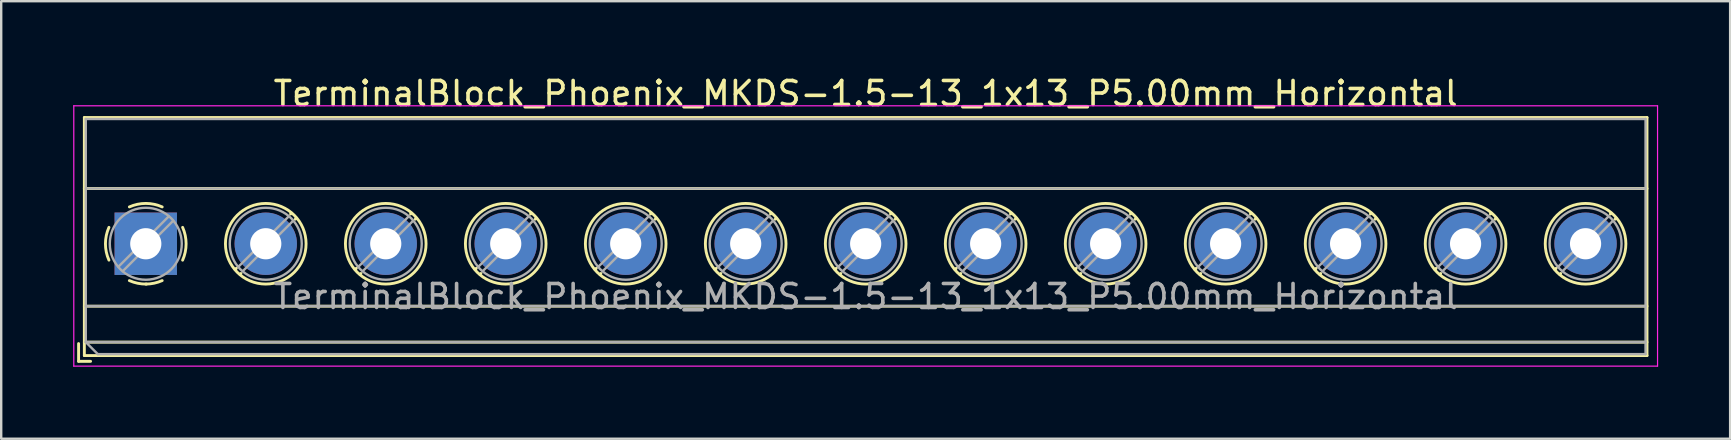
<source format=kicad_pcb>
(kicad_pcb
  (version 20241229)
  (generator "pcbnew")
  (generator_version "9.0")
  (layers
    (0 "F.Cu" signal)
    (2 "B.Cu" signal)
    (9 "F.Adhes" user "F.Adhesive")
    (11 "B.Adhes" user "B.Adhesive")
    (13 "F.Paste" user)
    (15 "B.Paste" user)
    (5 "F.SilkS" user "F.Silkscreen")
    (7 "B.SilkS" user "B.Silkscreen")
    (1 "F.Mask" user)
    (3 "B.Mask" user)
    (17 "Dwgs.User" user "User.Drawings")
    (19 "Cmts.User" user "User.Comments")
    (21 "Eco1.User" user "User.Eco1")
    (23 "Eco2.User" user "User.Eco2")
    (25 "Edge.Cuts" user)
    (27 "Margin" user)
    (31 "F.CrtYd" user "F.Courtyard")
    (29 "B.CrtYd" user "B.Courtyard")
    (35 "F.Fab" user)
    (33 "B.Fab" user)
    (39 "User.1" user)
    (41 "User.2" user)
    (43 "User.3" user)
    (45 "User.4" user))
  (footprint "TerminalBlock_Phoenix_MKDS-1.5-13_1x13_P5.00mm_Horizontal"
    (layer "F.Cu")
    (at 3.025 7.108)
    (property "Reference" "TerminalBlock_Phoenix_MKDS-1.5-13_1x13_P5.00mm_Horizontal" (at 30 -6.26 0) (layer "F.SilkS") (effects (font (size 1 1) (thickness 0.15))))
    (attr through_hole)
    (fp_line (start -2.8 4.16) (end -2.8 4.9) (stroke (width 0.12) (type solid)) (layer "F.SilkS"))
    (fp_line (start -2.8 4.9) (end -2.3 4.9) (stroke (width 0.12) (type solid)) (layer "F.SilkS"))
    (fp_line (start -2.56 -5.261) (end -2.56 4.66) (stroke (width 0.12) (type solid)) (layer "F.SilkS"))
    (fp_line (start -2.56 -5.261) (end 62.56 -5.261) (stroke (width 0.12) (type solid)) (layer "F.SilkS"))
    (fp_line (start -2.56 -2.301) (end 62.56 -2.301) (stroke (width 0.12) (type solid)) (layer "F.SilkS"))
    (fp_line (start -2.56 2.6) (end 62.56 2.6) (stroke (width 0.12) (type solid)) (layer "F.SilkS"))
    (fp_line (start -2.56 4.1) (end 62.56 4.1) (stroke (width 0.12) (type solid)) (layer "F.SilkS"))
    (fp_line (start -2.56 4.66) (end 62.56 4.66) (stroke (width 0.12) (type solid)) (layer "F.SilkS"))
    (fp_line (start 3.773 1.023) (end 3.726 1.069) (stroke (width 0.12) (type solid)) (layer "F.SilkS"))
    (fp_line (start 3.966 1.239) (end 3.931 1.274) (stroke (width 0.12) (type solid)) (layer "F.SilkS"))
    (fp_line (start 6.07 -1.275) (end 6.035 -1.239) (stroke (width 0.12) (type solid)) (layer "F.SilkS"))
    (fp_line (start 6.275 -1.069) (end 6.228 -1.023) (stroke (width 0.12) (type solid)) (layer "F.SilkS"))
    (fp_line (start 8.773 1.023) (end 8.726 1.069) (stroke (width 0.12) (type solid)) (layer "F.SilkS"))
    (fp_line (start 8.966 1.239) (end 8.931 1.274) (stroke (width 0.12) (type solid)) (layer "F.SilkS"))
    (fp_line (start 11.07 -1.275) (end 11.035 -1.239) (stroke (width 0.12) (type solid)) (layer "F.SilkS"))
    (fp_line (start 11.275 -1.069) (end 11.228 -1.023) (stroke (width 0.12) (type solid)) (layer "F.SilkS"))
    (fp_line (start 13.773 1.023) (end 13.726 1.069) (stroke (width 0.12) (type solid)) (layer "F.SilkS"))
    (fp_line (start 13.966 1.239) (end 13.931 1.274) (stroke (width 0.12) (type solid)) (layer "F.SilkS"))
    (fp_line (start 16.07 -1.275) (end 16.035 -1.239) (stroke (width 0.12) (type solid)) (layer "F.SilkS"))
    (fp_line (start 16.275 -1.069) (end 16.228 -1.023) (stroke (width 0.12) (type solid)) (layer "F.SilkS"))
    (fp_line (start 18.773 1.023) (end 18.726 1.069) (stroke (width 0.12) (type solid)) (layer "F.SilkS"))
    (fp_line (start 18.966 1.239) (end 18.931 1.274) (stroke (width 0.12) (type solid)) (layer "F.SilkS"))
    (fp_line (start 21.07 -1.275) (end 21.035 -1.239) (stroke (width 0.12) (type solid)) (layer "F.SilkS"))
    (fp_line (start 21.275 -1.069) (end 21.228 -1.023) (stroke (width 0.12) (type solid)) (layer "F.SilkS"))
    (fp_line (start 23.773 1.023) (end 23.726 1.069) (stroke (width 0.12) (type solid)) (layer "F.SilkS"))
    (fp_line (start 23.966 1.239) (end 23.931 1.274) (stroke (width 0.12) (type solid)) (layer "F.SilkS"))
    (fp_line (start 26.07 -1.275) (end 26.035 -1.239) (stroke (width 0.12) (type solid)) (layer "F.SilkS"))
    (fp_line (start 26.275 -1.069) (end 26.228 -1.023) (stroke (width 0.12) (type solid)) (layer "F.SilkS"))
    (fp_line (start 28.773 1.023) (end 28.726 1.069) (stroke (width 0.12) (type solid)) (layer "F.SilkS"))
    (fp_line (start 28.966 1.239) (end 28.931 1.274) (stroke (width 0.12) (type solid)) (layer "F.SilkS"))
    (fp_line (start 31.07 -1.275) (end 31.035 -1.239) (stroke (width 0.12) (type solid)) (layer "F.SilkS"))
    (fp_line (start 31.275 -1.069) (end 31.228 -1.023) (stroke (width 0.12) (type solid)) (layer "F.SilkS"))
    (fp_line (start 33.773 1.023) (end 33.726 1.069) (stroke (width 0.12) (type solid)) (layer "F.SilkS"))
    (fp_line (start 33.966 1.239) (end 33.931 1.274) (stroke (width 0.12) (type solid)) (layer "F.SilkS"))
    (fp_line (start 36.07 -1.275) (end 36.035 -1.239) (stroke (width 0.12) (type solid)) (layer "F.SilkS"))
    (fp_line (start 36.275 -1.069) (end 36.228 -1.023) (stroke (width 0.12) (type solid)) (layer "F.SilkS"))
    (fp_line (start 38.773 1.023) (end 38.726 1.069) (stroke (width 0.12) (type solid)) (layer "F.SilkS"))
    (fp_line (start 38.966 1.239) (end 38.931 1.274) (stroke (width 0.12) (type solid)) (layer "F.SilkS"))
    (fp_line (start 41.07 -1.275) (end 41.035 -1.239) (stroke (width 0.12) (type solid)) (layer "F.SilkS"))
    (fp_line (start 41.275 -1.069) (end 41.228 -1.023) (stroke (width 0.12) (type solid)) (layer "F.SilkS"))
    (fp_line (start 43.773 1.023) (end 43.726 1.069) (stroke (width 0.12) (type solid)) (layer "F.SilkS"))
    (fp_line (start 43.966 1.239) (end 43.931 1.274) (stroke (width 0.12) (type solid)) (layer "F.SilkS"))
    (fp_line (start 46.07 -1.275) (end 46.035 -1.239) (stroke (width 0.12) (type solid)) (layer "F.SilkS"))
    (fp_line (start 46.275 -1.069) (end 46.228 -1.023) (stroke (width 0.12) (type solid)) (layer "F.SilkS"))
    (fp_line (start 48.773 1.023) (end 48.726 1.069) (stroke (width 0.12) (type solid)) (layer "F.SilkS"))
    (fp_line (start 48.966 1.239) (end 48.931 1.274) (stroke (width 0.12) (type solid)) (layer "F.SilkS"))
    (fp_line (start 51.07 -1.275) (end 51.035 -1.239) (stroke (width 0.12) (type solid)) (layer "F.SilkS"))
    (fp_line (start 51.275 -1.069) (end 51.228 -1.023) (stroke (width 0.12) (type solid)) (layer "F.SilkS"))
    (fp_line (start 53.773 1.023) (end 53.726 1.069) (stroke (width 0.12) (type solid)) (layer "F.SilkS"))
    (fp_line (start 53.966 1.239) (end 53.931 1.274) (stroke (width 0.12) (type solid)) (layer "F.SilkS"))
    (fp_line (start 56.07 -1.275) (end 56.035 -1.239) (stroke (width 0.12) (type solid)) (layer "F.SilkS"))
    (fp_line (start 56.275 -1.069) (end 56.228 -1.023) (stroke (width 0.12) (type solid)) (layer "F.SilkS"))
    (fp_line (start 58.773 1.023) (end 58.726 1.069) (stroke (width 0.12) (type solid)) (layer "F.SilkS"))
    (fp_line (start 58.966 1.239) (end 58.931 1.274) (stroke (width 0.12) (type solid)) (layer "F.SilkS"))
    (fp_line (start 61.07 -1.275) (end 61.035 -1.239) (stroke (width 0.12) (type solid)) (layer "F.SilkS"))
    (fp_line (start 61.275 -1.069) (end 61.228 -1.023) (stroke (width 0.12) (type solid)) (layer "F.SilkS"))
    (fp_line (start 62.56 -5.261) (end 62.56 4.66) (stroke (width 0.12) (type solid)) (layer "F.SilkS"))
    (fp_arc (start -1.535427 0.683042) (mid -1.680501 -0.000524) (end -1.535 -0.684) (stroke (width 0.12) (type solid)) (layer "F.SilkS"))
    (fp_arc (start -0.683042 -1.535427) (mid 0.000524 -1.680501) (end 0.684 -1.535) (stroke (width 0.12) (type solid)) (layer "F.SilkS"))
    (fp_arc (start 0.028805 1.680253) (mid -0.335551 1.646659) (end -0.684 1.535) (stroke (width 0.12) (type solid)) (layer "F.SilkS"))
    (fp_arc (start 0.683318 1.534756) (mid 0.349292 1.643288) (end 0 1.68) (stroke (width 0.12) (type solid)) (layer "F.SilkS"))
    (fp_arc (start 1.535427 -0.683042) (mid 1.680501 0.000524) (end 1.535 0.684) (stroke (width 0.12) (type solid)) (layer "F.SilkS"))
    (fp_circle (center 5 0) (end 6.68 0) (stroke (width 0.12) (type solid)) (fill no) (layer "F.SilkS"))
    (fp_circle (center 10 0) (end 11.68 0) (stroke (width 0.12) (type solid)) (fill no) (layer "F.SilkS"))
    (fp_circle (center 15 0) (end 16.68 0) (stroke (width 0.12) (type solid)) (fill no) (layer "F.SilkS"))
    (fp_circle (center 20 0) (end 21.68 0) (stroke (width 0.12) (type solid)) (fill no) (layer "F.SilkS"))
    (fp_circle (center 25 0) (end 26.68 0) (stroke (width 0.12) (type solid)) (fill no) (layer "F.SilkS"))
    (fp_circle (center 30 0) (end 31.68 0) (stroke (width 0.12) (type solid)) (fill no) (layer "F.SilkS"))
    (fp_circle (center 35 0) (end 36.68 0) (stroke (width 0.12) (type solid)) (fill no) (layer "F.SilkS"))
    (fp_circle (center 40 0) (end 41.68 0) (stroke (width 0.12) (type solid)) (fill no) (layer "F.SilkS"))
    (fp_circle (center 45 0) (end 46.68 0) (stroke (width 0.12) (type solid)) (fill no) (layer "F.SilkS"))
    (fp_circle (center 50 0) (end 51.68 0) (stroke (width 0.12) (type solid)) (fill no) (layer "F.SilkS"))
    (fp_circle (center 55 0) (end 56.68 0) (stroke (width 0.12) (type solid)) (fill no) (layer "F.SilkS"))
    (fp_circle (center 60 0) (end 61.68 0) (stroke (width 0.12) (type solid)) (fill no) (layer "F.SilkS"))
    (fp_line (start -3 -5.75) (end -3 5.1) (stroke (width 0.05) (type solid)) (layer "F.CrtYd"))
    (fp_line (start -3 5.1) (end 63 5.1) (stroke (width 0.05) (type solid)) (layer "F.CrtYd"))
    (fp_line (start 63 -5.75) (end -3 -5.75) (stroke (width 0.05) (type solid)) (layer "F.CrtYd"))
    (fp_line (start 63 5.1) (end 63 -5.75) (stroke (width 0.05) (type solid)) (layer "F.CrtYd"))
    (fp_line (start -2.5 -5.2) (end 62.5 -5.2) (stroke (width 0.1) (type solid)) (layer "F.Fab"))
    (fp_line (start -2.5 -2.3) (end 62.5 -2.3) (stroke (width 0.1) (type solid)) (layer "F.Fab"))
    (fp_line (start -2.5 2.6) (end 62.5 2.6) (stroke (width 0.1) (type solid)) (layer "F.Fab"))
    (fp_line (start -2.5 4.1) (end -2.5 -5.2) (stroke (width 0.1) (type solid)) (layer "F.Fab"))
    (fp_line (start -2.5 4.1) (end 62.5 4.1) (stroke (width 0.1) (type solid)) (layer "F.Fab"))
    (fp_line (start -2 4.6) (end -2.5 4.1) (stroke (width 0.1) (type solid)) (layer "F.Fab"))
    (fp_line (start 0.955 -1.138) (end -1.138 0.955) (stroke (width 0.1) (type solid)) (layer "F.Fab"))
    (fp_line (start 1.138 -0.955) (end -0.955 1.138) (stroke (width 0.1) (type solid)) (layer "F.Fab"))
    (fp_line (start 5.955 -1.138) (end 3.863 0.955) (stroke (width 0.1) (type solid)) (layer "F.Fab"))
    (fp_line (start 6.138 -0.955) (end 4.046 1.138) (stroke (width 0.1) (type solid)) (layer "F.Fab"))
    (fp_line (start 10.955 -1.138) (end 8.863 0.955) (stroke (width 0.1) (type solid)) (layer "F.Fab"))
    (fp_line (start 11.138 -0.955) (end 9.046 1.138) (stroke (width 0.1) (type solid)) (layer "F.Fab"))
    (fp_line (start 15.955 -1.138) (end 13.863 0.955) (stroke (width 0.1) (type solid)) (layer "F.Fab"))
    (fp_line (start 16.138 -0.955) (end 14.046 1.138) (stroke (width 0.1) (type solid)) (layer "F.Fab"))
    (fp_line (start 20.955 -1.138) (end 18.863 0.955) (stroke (width 0.1) (type solid)) (layer "F.Fab"))
    (fp_line (start 21.138 -0.955) (end 19.046 1.138) (stroke (width 0.1) (type solid)) (layer "F.Fab"))
    (fp_line (start 25.955 -1.138) (end 23.863 0.955) (stroke (width 0.1) (type solid)) (layer "F.Fab"))
    (fp_line (start 26.138 -0.955) (end 24.046 1.138) (stroke (width 0.1) (type solid)) (layer "F.Fab"))
    (fp_line (start 30.955 -1.138) (end 28.863 0.955) (stroke (width 0.1) (type solid)) (layer "F.Fab"))
    (fp_line (start 31.138 -0.955) (end 29.046 1.138) (stroke (width 0.1) (type solid)) (layer "F.Fab"))
    (fp_line (start 35.955 -1.138) (end 33.863 0.955) (stroke (width 0.1) (type solid)) (layer "F.Fab"))
    (fp_line (start 36.138 -0.955) (end 34.046 1.138) (stroke (width 0.1) (type solid)) (layer "F.Fab"))
    (fp_line (start 40.955 -1.138) (end 38.863 0.955) (stroke (width 0.1) (type solid)) (layer "F.Fab"))
    (fp_line (start 41.138 -0.955) (end 39.046 1.138) (stroke (width 0.1) (type solid)) (layer "F.Fab"))
    (fp_line (start 45.955 -1.138) (end 43.863 0.955) (stroke (width 0.1) (type solid)) (layer "F.Fab"))
    (fp_line (start 46.138 -0.955) (end 44.046 1.138) (stroke (width 0.1) (type solid)) (layer "F.Fab"))
    (fp_line (start 50.955 -1.138) (end 48.863 0.955) (stroke (width 0.1) (type solid)) (layer "F.Fab"))
    (fp_line (start 51.138 -0.955) (end 49.046 1.138) (stroke (width 0.1) (type solid)) (layer "F.Fab"))
    (fp_line (start 55.955 -1.138) (end 53.863 0.955) (stroke (width 0.1) (type solid)) (layer "F.Fab"))
    (fp_line (start 56.138 -0.955) (end 54.046 1.138) (stroke (width 0.1) (type solid)) (layer "F.Fab"))
    (fp_line (start 60.955 -1.138) (end 58.863 0.955) (stroke (width 0.1) (type solid)) (layer "F.Fab"))
    (fp_line (start 61.138 -0.955) (end 59.046 1.138) (stroke (width 0.1) (type solid)) (layer "F.Fab"))
    (fp_line (start 62.5 -5.2) (end 62.5 4.6) (stroke (width 0.1) (type solid)) (layer "F.Fab"))
    (fp_line (start 62.5 4.6) (end -2 4.6) (stroke (width 0.1) (type solid)) (layer "F.Fab"))
    (fp_circle (center 0 0) (end 1.5 0) (stroke (width 0.1) (type solid)) (fill no) (layer "F.Fab"))
    (fp_circle (center 5 0) (end 6.5 0) (stroke (width 0.1) (type solid)) (fill no) (layer "F.Fab"))
    (fp_circle (center 10 0) (end 11.5 0) (stroke (width 0.1) (type solid)) (fill no) (layer "F.Fab"))
    (fp_circle (center 15 0) (end 16.5 0) (stroke (width 0.1) (type solid)) (fill no) (layer "F.Fab"))
    (fp_circle (center 20 0) (end 21.5 0) (stroke (width 0.1) (type solid)) (fill no) (layer "F.Fab"))
    (fp_circle (center 25 0) (end 26.5 0) (stroke (width 0.1) (type solid)) (fill no) (layer "F.Fab"))
    (fp_circle (center 30 0) (end 31.5 0) (stroke (width 0.1) (type solid)) (fill no) (layer "F.Fab"))
    (fp_circle (center 35 0) (end 36.5 0) (stroke (width 0.1) (type solid)) (fill no) (layer "F.Fab"))
    (fp_circle (center 40 0) (end 41.5 0) (stroke (width 0.1) (type solid)) (fill no) (layer "F.Fab"))
    (fp_circle (center 45 0) (end 46.5 0) (stroke (width 0.1) (type solid)) (fill no) (layer "F.Fab"))
    (fp_circle (center 50 0) (end 51.5 0) (stroke (width 0.1) (type solid)) (fill no) (layer "F.Fab"))
    (fp_circle (center 55 0) (end 56.5 0) (stroke (width 0.1) (type solid)) (fill no) (layer "F.Fab"))
    (fp_circle (center 60 0) (end 61.5 0) (stroke (width 0.1) (type solid)) (fill no) (layer "F.Fab"))
    (fp_text user "${REFERENCE}" (at 30 2.2 0) (layer "F.Fab") (effects (font (size 1 1) (thickness 0.15))))
    (pad "1" thru_hole rect (at 0 0) (size 2.6 2.6) (drill 1.3) (layers "*.Cu" "*.Mask"))
    (pad "2" thru_hole circle (at 5 0) (size 2.6 2.6) (drill 1.3) (layers "*.Cu" "*.Mask"))
    (pad "3" thru_hole circle (at 10 0) (size 2.6 2.6) (drill 1.3) (layers "*.Cu" "*.Mask"))
    (pad "4" thru_hole circle (at 15 0) (size 2.6 2.6) (drill 1.3) (layers "*.Cu" "*.Mask"))
    (pad "5" thru_hole circle (at 20 0) (size 2.6 2.6) (drill 1.3) (layers "*.Cu" "*.Mask"))
    (pad "6" thru_hole circle (at 25 0) (size 2.6 2.6) (drill 1.3) (layers "*.Cu" "*.Mask"))
    (pad "7" thru_hole circle (at 30 0) (size 2.6 2.6) (drill 1.3) (layers "*.Cu" "*.Mask"))
    (pad "8" thru_hole circle (at 35 0) (size 2.6 2.6) (drill 1.3) (layers "*.Cu" "*.Mask"))
    (pad "9" thru_hole circle (at 40 0) (size 2.6 2.6) (drill 1.3) (layers "*.Cu" "*.Mask"))
    (pad "10" thru_hole circle (at 45 0) (size 2.6 2.6) (drill 1.3) (layers "*.Cu" "*.Mask"))
    (pad "11" thru_hole circle (at 50 0) (size 2.6 2.6) (drill 1.3) (layers "*.Cu" "*.Mask"))
    (pad "12" thru_hole circle (at 55 0) (size 2.6 2.6) (drill 1.3) (layers "*.Cu" "*.Mask"))
    (pad "13" thru_hole circle (at 60 0) (size 2.6 2.6) (drill 1.3) (layers "*.Cu" "*.Mask")))
  (gr_rect
    (start -3 -3)
    (end 69.05 15.233)
    (stroke (width 0.1) (type default))
    (fill no)
    (layer "Edge.Cuts")))
</source>
